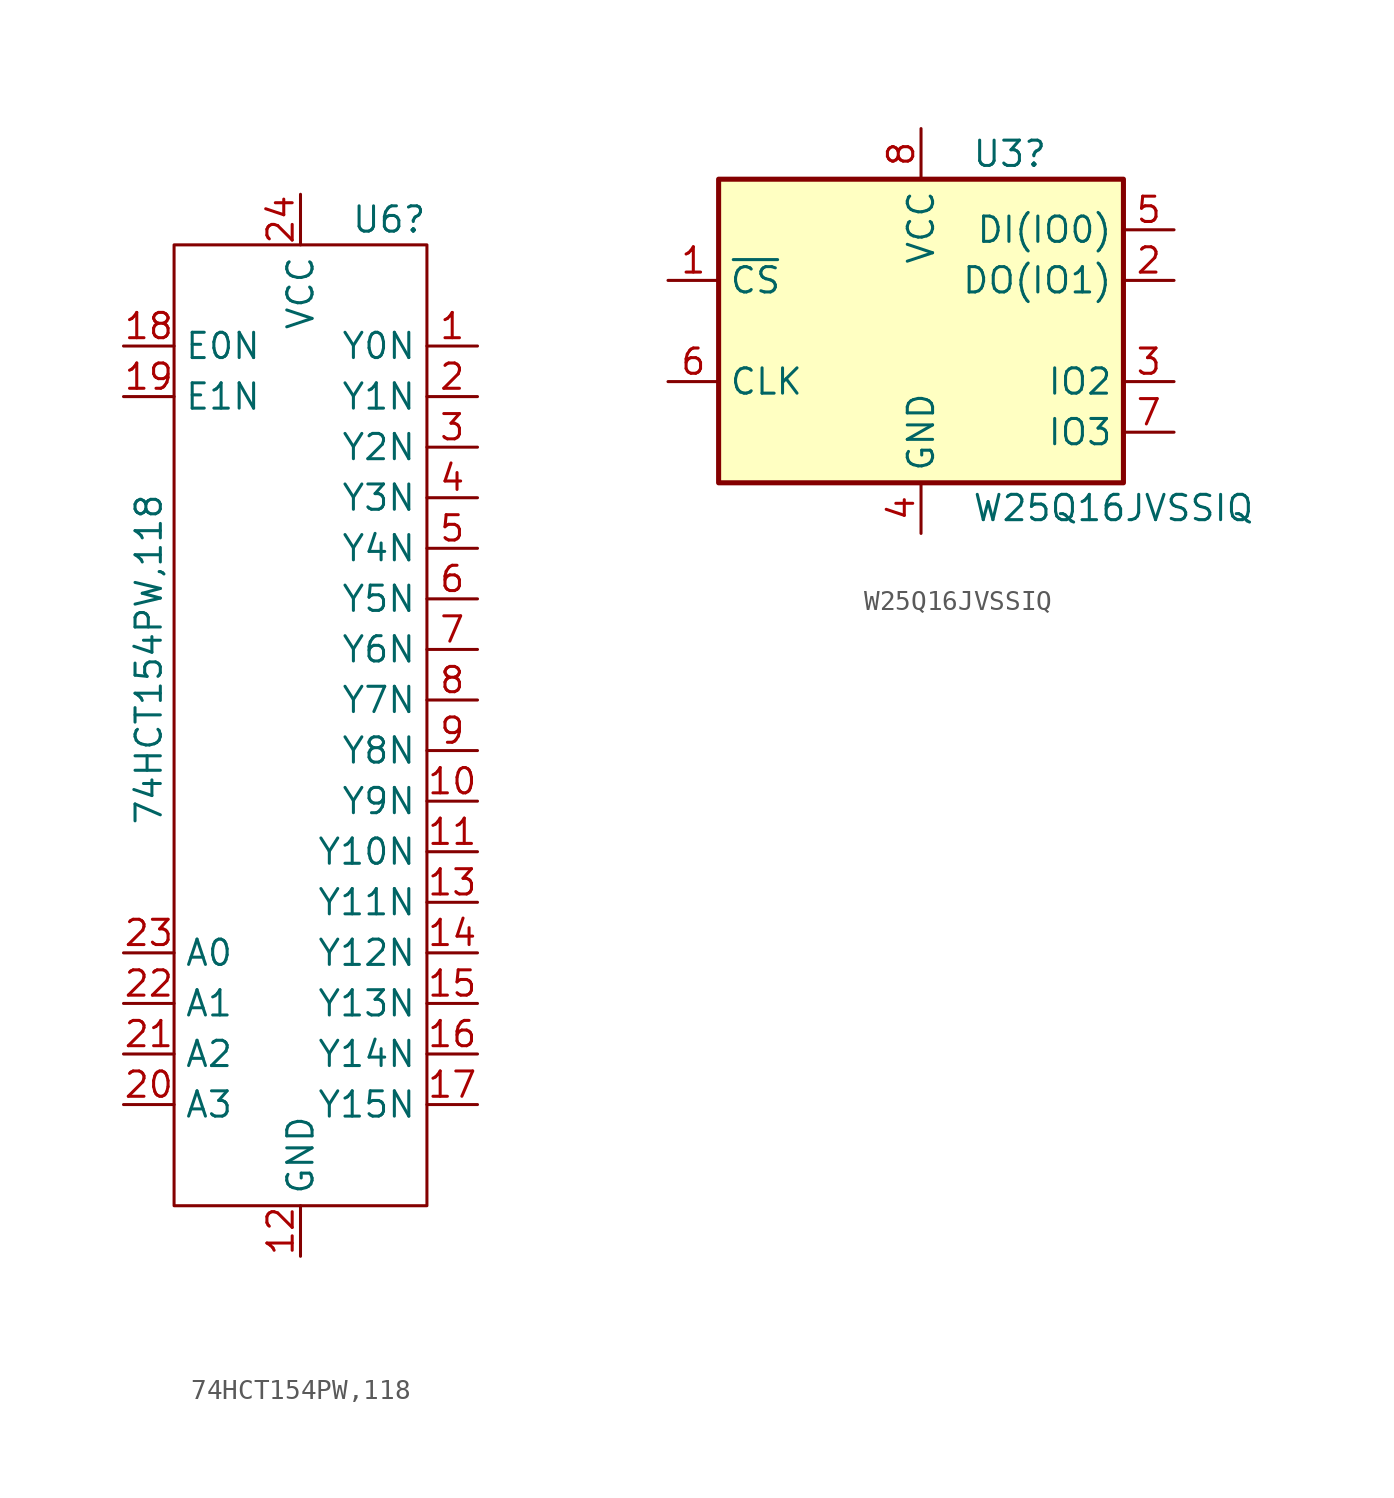
<source format=kicad_sym>
(kicad_symbol_lib
  (version 20211014)
  (generator kicad_symbol_editor)
  (symbol "74HCT154PW,118"
    (property "Reference" "U6"
      (at 2.54 16.51 0)
      (effects (font (size 1.27 1.27)) (justify left)))
    (property "Value" "74HCT154PW,118"
      (at -7.62 -13.97 90)
      (effects (font (size 1.27 1.27)) (justify left)))
    (symbol "74HCT154PW,118_0_0"
      (pin output line (at 8.89 10.16 180) (length 2.54) (name "Y0N" (effects (font (size 1.27 1.27)))) (number "1" (effects (font (size 1.27 1.27)))))
      (pin output line (at 8.89 -12.7 180) (length 2.54) (name "Y9N" (effects (font (size 1.27 1.27)))) (number "10" (effects (font (size 1.27 1.27)))))
      (pin output line (at 8.89 -15.24 180) (length 2.54) (name "Y10N" (effects (font (size 1.27 1.27)))) (number "11" (effects (font (size 1.27 1.27)))))
      (pin power_in line (at 0 -35.56 90) (length 2.54) (name "GND" (effects (font (size 1.27 1.27)))) (number "12" (effects (font (size 1.27 1.27)))))
      (pin output line (at 8.89 -17.78 180) (length 2.54) (name "Y11N" (effects (font (size 1.27 1.27)))) (number "13" (effects (font (size 1.27 1.27)))))
      (pin output line (at 8.89 -20.32 180) (length 2.54) (name "Y12N" (effects (font (size 1.27 1.27)))) (number "14" (effects (font (size 1.27 1.27)))))
      (pin output line (at 8.89 -22.86 180) (length 2.54) (name "Y13N" (effects (font (size 1.27 1.27)))) (number "15" (effects (font (size 1.27 1.27)))))
      (pin output line (at 8.89 -25.4 180) (length 2.54) (name "Y14N" (effects (font (size 1.27 1.27)))) (number "16" (effects (font (size 1.27 1.27)))))
      (pin output line (at 8.89 -27.94 180) (length 2.54) (name "Y15N" (effects (font (size 1.27 1.27)))) (number "17" (effects (font (size 1.27 1.27)))))
      (pin input line (at -8.89 10.16 0) (length 2.54) (name "E0N" (effects (font (size 1.27 1.27)))) (number "18" (effects (font (size 1.27 1.27)))))
      (pin input line (at -8.89 7.62 0) (length 2.54) (name "E1N" (effects (font (size 1.27 1.27)))) (number "19" (effects (font (size 1.27 1.27)))))
      (pin output line (at 8.89 7.62 180) (length 2.54) (name "Y1N" (effects (font (size 1.27 1.27)))) (number "2" (effects (font (size 1.27 1.27)))))
      (pin input line (at -8.89 -27.94 0) (length 2.54) (name "A3" (effects (font (size 1.27 1.27)))) (number "20" (effects (font (size 1.27 1.27)))))
      (pin input line (at -8.89 -25.4 0) (length 2.54) (name "A2" (effects (font (size 1.27 1.27)))) (number "21" (effects (font (size 1.27 1.27)))))
      (pin input line (at -8.89 -22.86 0) (length 2.54) (name "A1" (effects (font (size 1.27 1.27)))) (number "22" (effects (font (size 1.27 1.27)))))
      (pin input line (at -8.89 -20.32 0) (length 2.54) (name "A0" (effects (font (size 1.27 1.27)))) (number "23" (effects (font (size 1.27 1.27)))))
      (pin input line (at 0 17.78 270) (length 2.54) (name "VCC" (effects (font (size 1.27 1.27)))) (number "24" (effects (font (size 1.27 1.27)))))
      (pin output line (at 8.89 5.08 180) (length 2.54) (name "Y2N" (effects (font (size 1.27 1.27)))) (number "3" (effects (font (size 1.27 1.27)))))
      (pin output line (at 8.89 2.54 180) (length 2.54) (name "Y3N" (effects (font (size 1.27 1.27)))) (number "4" (effects (font (size 1.27 1.27)))))
      (pin output line (at 8.89 0 180) (length 2.54) (name "Y4N" (effects (font (size 1.27 1.27)))) (number "5" (effects (font (size 1.27 1.27)))))
      (pin output line (at 8.89 -2.54 180) (length 2.54) (name "Y5N" (effects (font (size 1.27 1.27)))) (number "6" (effects (font (size 1.27 1.27)))))
      (pin output line (at 8.89 -5.08 180) (length 2.54) (name "Y6N" (effects (font (size 1.27 1.27)))) (number "7" (effects (font (size 1.27 1.27)))))
      (pin output line (at 8.89 -7.62 180) (length 2.54) (name "Y7N" (effects (font (size 1.27 1.27)))) (number "8" (effects (font (size 1.27 1.27)))))
      (pin output line (at 8.89 -10.16 180) (length 2.54) (name "Y8N" (effects (font (size 1.27 1.27)))) (number "9" (effects (font (size 1.27 1.27))))))
    (symbol "74HCT154PW,118_0_1"
      (rectangle (start -6.35 15.24) (end 6.35 -33.02) (stroke (width 0) (type default) (color 0 0 0 0)) (fill (type none)))))
  (symbol "W25Q16JVSSIQ"
    (property "Reference" "U3"
      (at 2.54 7.62 0)
      (effects (font (size 1.27 1.27)) (justify left)))
    (property "Value" "W25Q16JVSSIQ"
      (at 2.54 -10.16 0)
      (effects (font (size 1.27 1.27)) (justify left)))
    (symbol "W25Q16JVSSIQ_0_1"
      (rectangle (start -10.16 6.35) (end 10.16 -8.89) (stroke (width 0.254) (type default) (color 0 0 0 0)) (fill (type background))))
    (symbol "W25Q16JVSSIQ_1_1"
      (pin input line (at -12.7 1.27 0) (length 2.54) (name "~{CS}" (effects (font (size 1.27 1.27)))) (number "1" (effects (font (size 1.27 1.27)))))
      (pin bidirectional line (at 12.7 1.27 180) (length 2.54) (name "DO(IO1)" (effects (font (size 1.27 1.27)))) (number "2" (effects (font (size 1.27 1.27)))))
      (pin bidirectional line (at 12.7 -3.81 180) (length 2.54) (name "IO2" (effects (font (size 1.27 1.27)))) (number "3" (effects (font (size 1.27 1.27)))))
      (pin power_in line (at 0 -11.43 90) (length 2.54) (name "GND" (effects (font (size 1.27 1.27)))) (number "4" (effects (font (size 1.27 1.27)))))
      (pin bidirectional line (at 12.7 3.81 180) (length 2.54) (name "DI(IO0)" (effects (font (size 1.27 1.27)))) (number "5" (effects (font (size 1.27 1.27)))))
      (pin input line (at -12.7 -3.81 0) (length 2.54) (name "CLK" (effects (font (size 1.27 1.27)))) (number "6" (effects (font (size 1.27 1.27)))))
      (pin bidirectional line (at 12.7 -6.35 180) (length 2.54) (name "IO3" (effects (font (size 1.27 1.27)))) (number "7" (effects (font (size 1.27 1.27)))))
      (pin power_in line (at 0 8.89 270) (length 2.54) (name "VCC" (effects (font (size 1.27 1.27)))) (number "8" (effects (font (size 1.27 1.27))))))))
</source>
